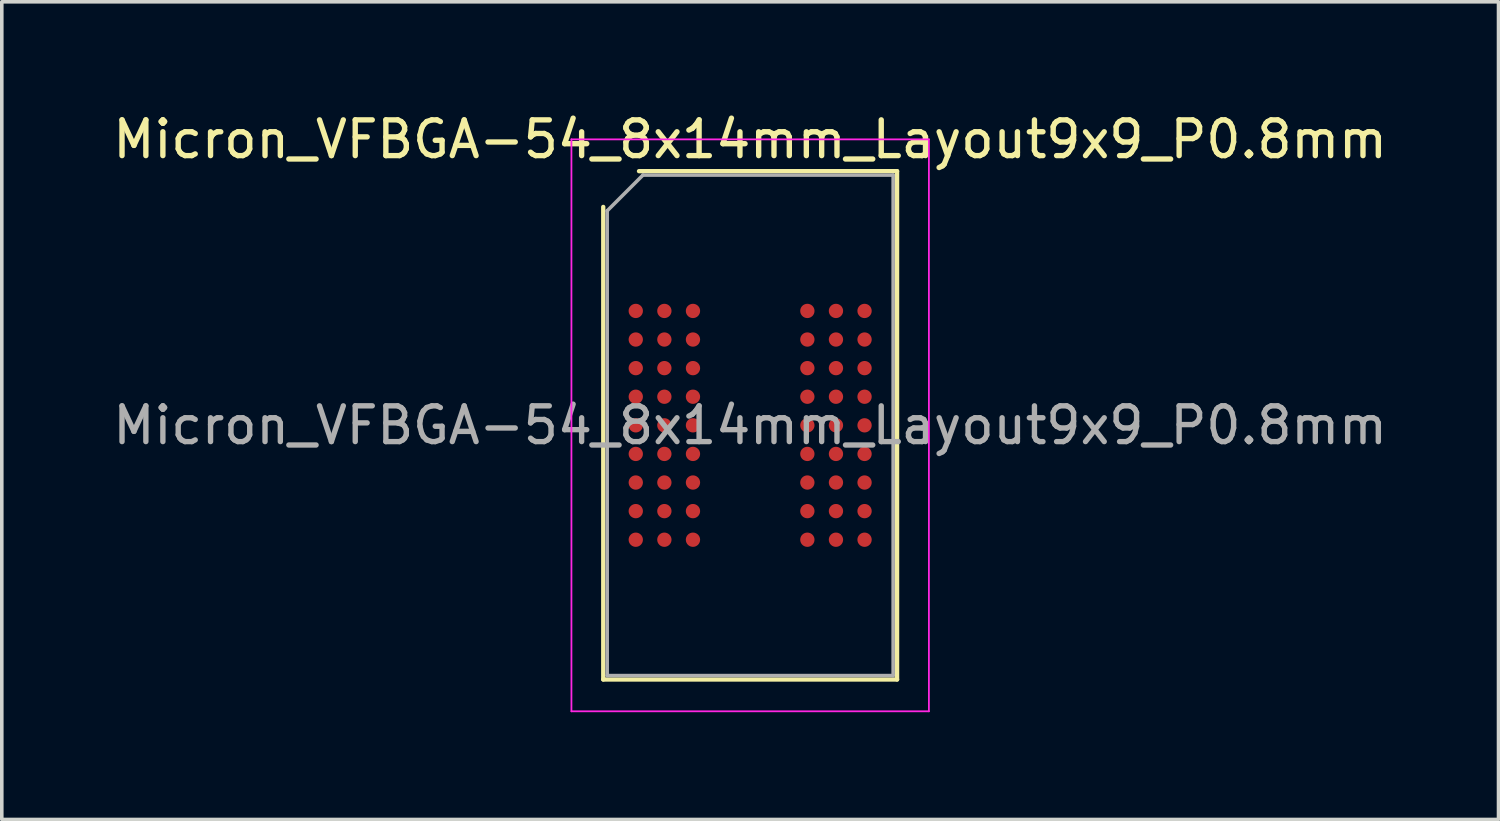
<source format=kicad_pcb>
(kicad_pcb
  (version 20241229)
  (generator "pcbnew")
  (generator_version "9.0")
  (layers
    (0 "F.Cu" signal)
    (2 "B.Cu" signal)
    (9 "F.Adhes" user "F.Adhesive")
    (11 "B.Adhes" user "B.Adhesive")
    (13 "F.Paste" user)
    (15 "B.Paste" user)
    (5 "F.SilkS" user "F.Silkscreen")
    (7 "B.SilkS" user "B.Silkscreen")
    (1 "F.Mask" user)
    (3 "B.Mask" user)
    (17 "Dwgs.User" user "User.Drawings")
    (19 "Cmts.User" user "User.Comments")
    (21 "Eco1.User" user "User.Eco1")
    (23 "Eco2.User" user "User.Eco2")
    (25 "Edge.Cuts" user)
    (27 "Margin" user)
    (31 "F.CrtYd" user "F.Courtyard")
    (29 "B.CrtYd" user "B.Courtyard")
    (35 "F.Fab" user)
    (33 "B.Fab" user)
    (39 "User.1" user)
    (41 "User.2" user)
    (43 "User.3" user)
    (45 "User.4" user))
  (footprint "Micron_VFBGA-54_8x14mm_Layout9x9_P0.8mm"
    (layer "F.Cu")
    (at 17.935 8.848)
    (property "Reference" "Micron_VFBGA-54_8x14mm_Layout9x9_P0.8mm" (at 0 -8 0) (layer "F.SilkS") (effects (font (size 1 1) (thickness 0.15))))
    (attr smd)
    (fp_line (start -4.11 7.11) (end -4.11 -6.11) (stroke (width 0.12) (type solid)) (layer "F.SilkS"))
    (fp_line (start -3.11 -7.11) (end 4.11 -7.11) (stroke (width 0.12) (type solid)) (layer "F.SilkS"))
    (fp_line (start 4.11 -7.11) (end 4.11 7.11) (stroke (width 0.12) (type solid)) (layer "F.SilkS"))
    (fp_line (start 4.11 7.11) (end -4.11 7.11) (stroke (width 0.12) (type solid)) (layer "F.SilkS"))
    (fp_line (start -5 -8) (end -5 8) (stroke (width 0.05) (type solid)) (layer "F.CrtYd"))
    (fp_line (start -5 8) (end 5 8) (stroke (width 0.05) (type solid)) (layer "F.CrtYd"))
    (fp_line (start 5 -8) (end -5 -8) (stroke (width 0.05) (type solid)) (layer "F.CrtYd"))
    (fp_line (start 5 8) (end 5 -8) (stroke (width 0.05) (type solid)) (layer "F.CrtYd"))
    (fp_line (start -4 -6) (end -3 -7) (stroke (width 0.1) (type solid)) (layer "F.Fab"))
    (fp_line (start -4 7) (end -4 -6) (stroke (width 0.1) (type solid)) (layer "F.Fab"))
    (fp_line (start -3 -7) (end 4 -7) (stroke (width 0.1) (type solid)) (layer "F.Fab"))
    (fp_line (start 4 -7) (end 4 7) (stroke (width 0.1) (type solid)) (layer "F.Fab"))
    (fp_line (start 4 7) (end -4 7) (stroke (width 0.1) (type solid)) (layer "F.Fab"))
    (fp_text user "${REFERENCE}" (at 0 0 0) (layer "F.Fab") (effects (font (size 1 1) (thickness 0.15))))
    (pad "A1" smd circle (at -3.2 -3.2) (size 0.4 0.4) (layers "F.Cu" "F.Mask" "F.Paste"))
    (pad "A2" smd circle (at -2.4 -3.2) (size 0.4 0.4) (layers "F.Cu" "F.Mask" "F.Paste"))
    (pad "A3" smd circle (at -1.6 -3.2) (size 0.4 0.4) (layers "F.Cu" "F.Mask" "F.Paste"))
    (pad "A7" smd circle (at 1.6 -3.2) (size 0.4 0.4) (layers "F.Cu" "F.Mask" "F.Paste"))
    (pad "A8" smd circle (at 2.4 -3.2) (size 0.4 0.4) (layers "F.Cu" "F.Mask" "F.Paste"))
    (pad "A9" smd circle (at 3.2 -3.2) (size 0.4 0.4) (layers "F.Cu" "F.Mask" "F.Paste"))
    (pad "B1" smd circle (at -3.2 -2.4) (size 0.4 0.4) (layers "F.Cu" "F.Mask" "F.Paste"))
    (pad "B2" smd circle (at -2.4 -2.4) (size 0.4 0.4) (layers "F.Cu" "F.Mask" "F.Paste"))
    (pad "B3" smd circle (at -1.6 -2.4) (size 0.4 0.4) (layers "F.Cu" "F.Mask" "F.Paste"))
    (pad "B7" smd circle (at 1.6 -2.4) (size 0.4 0.4) (layers "F.Cu" "F.Mask" "F.Paste"))
    (pad "B8" smd circle (at 2.4 -2.4) (size 0.4 0.4) (layers "F.Cu" "F.Mask" "F.Paste"))
    (pad "B9" smd circle (at 3.2 -2.4) (size 0.4 0.4) (layers "F.Cu" "F.Mask" "F.Paste"))
    (pad "C1" smd circle (at -3.2 -1.6) (size 0.4 0.4) (layers "F.Cu" "F.Mask" "F.Paste"))
    (pad "C2" smd circle (at -2.4 -1.6) (size 0.4 0.4) (layers "F.Cu" "F.Mask" "F.Paste"))
    (pad "C3" smd circle (at -1.6 -1.6) (size 0.4 0.4) (layers "F.Cu" "F.Mask" "F.Paste"))
    (pad "C7" smd circle (at 1.6 -1.6) (size 0.4 0.4) (layers "F.Cu" "F.Mask" "F.Paste"))
    (pad "C8" smd circle (at 2.4 -1.6) (size 0.4 0.4) (layers "F.Cu" "F.Mask" "F.Paste"))
    (pad "C9" smd circle (at 3.2 -1.6) (size 0.4 0.4) (layers "F.Cu" "F.Mask" "F.Paste"))
    (pad "D1" smd circle (at -3.2 -0.8) (size 0.4 0.4) (layers "F.Cu" "F.Mask" "F.Paste"))
    (pad "D2" smd circle (at -2.4 -0.8) (size 0.4 0.4) (layers "F.Cu" "F.Mask" "F.Paste"))
    (pad "D3" smd circle (at -1.6 -0.8) (size 0.4 0.4) (layers "F.Cu" "F.Mask" "F.Paste"))
    (pad "D7" smd circle (at 1.6 -0.8) (size 0.4 0.4) (layers "F.Cu" "F.Mask" "F.Paste"))
    (pad "D8" smd circle (at 2.4 -0.8) (size 0.4 0.4) (layers "F.Cu" "F.Mask" "F.Paste"))
    (pad "D9" smd circle (at 3.2 -0.8) (size 0.4 0.4) (layers "F.Cu" "F.Mask" "F.Paste"))
    (pad "E1" smd circle (at -3.2 0) (size 0.4 0.4) (layers "F.Cu" "F.Mask" "F.Paste"))
    (pad "E2" smd circle (at -2.4 0) (size 0.4 0.4) (layers "F.Cu" "F.Mask" "F.Paste"))
    (pad "E3" smd circle (at -1.6 0) (size 0.4 0.4) (layers "F.Cu" "F.Mask" "F.Paste"))
    (pad "E7" smd circle (at 1.6 0) (size 0.4 0.4) (layers "F.Cu" "F.Mask" "F.Paste"))
    (pad "E8" smd circle (at 2.4 0) (size 0.4 0.4) (layers "F.Cu" "F.Mask" "F.Paste"))
    (pad "E9" smd circle (at 3.2 0) (size 0.4 0.4) (layers "F.Cu" "F.Mask" "F.Paste"))
    (pad "F1" smd circle (at -3.2 0.8) (size 0.4 0.4) (layers "F.Cu" "F.Mask" "F.Paste"))
    (pad "F2" smd circle (at -2.4 0.8) (size 0.4 0.4) (layers "F.Cu" "F.Mask" "F.Paste"))
    (pad "F3" smd circle (at -1.6 0.8) (size 0.4 0.4) (layers "F.Cu" "F.Mask" "F.Paste"))
    (pad "F7" smd circle (at 1.6 0.8) (size 0.4 0.4) (layers "F.Cu" "F.Mask" "F.Paste"))
    (pad "F8" smd circle (at 2.4 0.8) (size 0.4 0.4) (layers "F.Cu" "F.Mask" "F.Paste"))
    (pad "F9" smd circle (at 3.2 0.8) (size 0.4 0.4) (layers "F.Cu" "F.Mask" "F.Paste"))
    (pad "G1" smd circle (at -3.2 1.6) (size 0.4 0.4) (layers "F.Cu" "F.Mask" "F.Paste"))
    (pad "G2" smd circle (at -2.4 1.6) (size 0.4 0.4) (layers "F.Cu" "F.Mask" "F.Paste"))
    (pad "G3" smd circle (at -1.6 1.6) (size 0.4 0.4) (layers "F.Cu" "F.Mask" "F.Paste"))
    (pad "G7" smd circle (at 1.6 1.6) (size 0.4 0.4) (layers "F.Cu" "F.Mask" "F.Paste"))
    (pad "G8" smd circle (at 2.4 1.6) (size 0.4 0.4) (layers "F.Cu" "F.Mask" "F.Paste"))
    (pad "G9" smd circle (at 3.2 1.6) (size 0.4 0.4) (layers "F.Cu" "F.Mask" "F.Paste"))
    (pad "H1" smd circle (at -3.2 2.4) (size 0.4 0.4) (layers "F.Cu" "F.Mask" "F.Paste"))
    (pad "H2" smd circle (at -2.4 2.4) (size 0.4 0.4) (layers "F.Cu" "F.Mask" "F.Paste"))
    (pad "H3" smd circle (at -1.6 2.4) (size 0.4 0.4) (layers "F.Cu" "F.Mask" "F.Paste"))
    (pad "H7" smd circle (at 1.6 2.4) (size 0.4 0.4) (layers "F.Cu" "F.Mask" "F.Paste"))
    (pad "H8" smd circle (at 2.4 2.4) (size 0.4 0.4) (layers "F.Cu" "F.Mask" "F.Paste"))
    (pad "H9" smd circle (at 3.2 2.4) (size 0.4 0.4) (layers "F.Cu" "F.Mask" "F.Paste"))
    (pad "J1" smd circle (at -3.2 3.2) (size 0.4 0.4) (layers "F.Cu" "F.Mask" "F.Paste"))
    (pad "J2" smd circle (at -2.4 3.2) (size 0.4 0.4) (layers "F.Cu" "F.Mask" "F.Paste"))
    (pad "J3" smd circle (at -1.6 3.2) (size 0.4 0.4) (layers "F.Cu" "F.Mask" "F.Paste"))
    (pad "J7" smd circle (at 1.6 3.2) (size 0.4 0.4) (layers "F.Cu" "F.Mask" "F.Paste"))
    (pad "J8" smd circle (at 2.4 3.2) (size 0.4 0.4) (layers "F.Cu" "F.Mask" "F.Paste"))
    (pad "J9" smd circle (at 3.2 3.2) (size 0.4 0.4) (layers "F.Cu" "F.Mask" "F.Paste")))
  (gr_rect
    (start -3 -3)
    (end 38.869 19.873)
    (stroke (width 0.1) (type default))
    (fill no)
    (layer "Edge.Cuts")))
</source>
